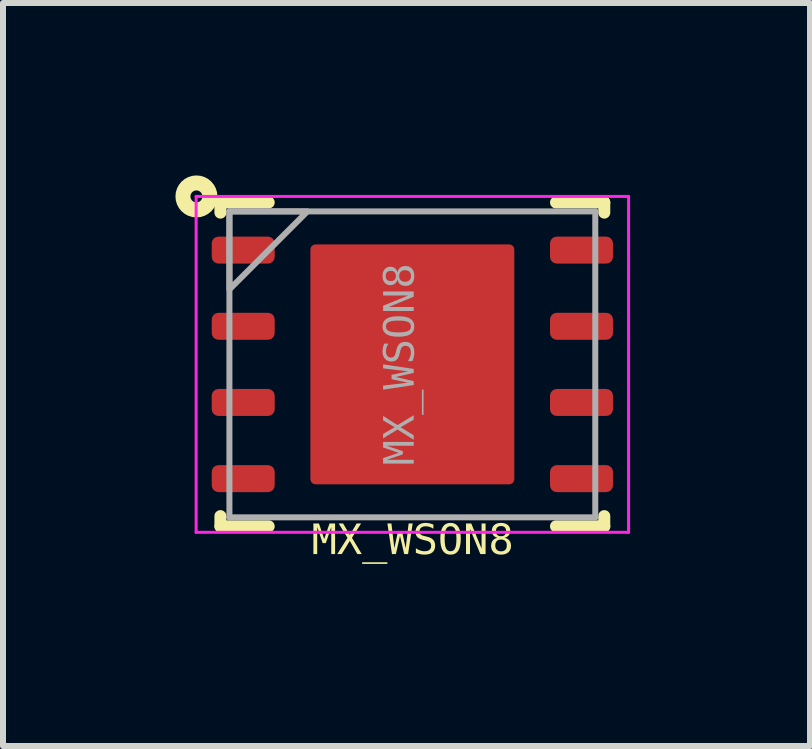
<source format=kicad_pcb>
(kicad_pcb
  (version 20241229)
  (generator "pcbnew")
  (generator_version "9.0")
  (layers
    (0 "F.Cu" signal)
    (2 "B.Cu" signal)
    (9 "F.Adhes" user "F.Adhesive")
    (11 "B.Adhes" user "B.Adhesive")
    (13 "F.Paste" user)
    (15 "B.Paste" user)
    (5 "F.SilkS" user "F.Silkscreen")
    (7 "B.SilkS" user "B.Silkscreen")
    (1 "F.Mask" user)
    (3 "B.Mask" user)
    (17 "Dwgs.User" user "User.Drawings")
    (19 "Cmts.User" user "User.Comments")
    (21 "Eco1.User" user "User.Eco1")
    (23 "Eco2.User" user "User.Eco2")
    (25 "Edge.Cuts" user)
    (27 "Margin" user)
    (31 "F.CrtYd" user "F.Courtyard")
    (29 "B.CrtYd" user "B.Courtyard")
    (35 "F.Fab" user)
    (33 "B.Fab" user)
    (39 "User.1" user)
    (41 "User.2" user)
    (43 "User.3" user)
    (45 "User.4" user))
  (footprint "MX_WSON8"
    (layer "F.Cu")
    (at 3.825 3.025)
    (property "Reference" "MX_WSON8" (at 0.005 2.955 0) (unlocked yes) (layer "F.SilkS") (effects (font (face "Consolas") (size 0.5 0.5) (thickness 0.254))))
    (fp_line (start -3.2 -2.53) (end -3.2 -2.7) (stroke (width 0.2) (type solid)) (layer "F.SilkS"))
    (fp_line (start -3.2 2.7) (end -3.2 2.53) (stroke (width 0.2) (type solid)) (layer "F.SilkS"))
    (fp_line (start -2.395 -2.7) (end -3.2 -2.7) (stroke (width 0.2) (type solid)) (layer "F.SilkS"))
    (fp_line (start -2.395 2.7) (end -3.2 2.7) (stroke (width 0.2) (type solid)) (layer "F.SilkS"))
    (fp_line (start 3.2 -2.7) (end 2.395 -2.7) (stroke (width 0.2) (type solid)) (layer "F.SilkS"))
    (fp_line (start 3.2 -2.53) (end 3.2 -2.7) (stroke (width 0.2) (type solid)) (layer "F.SilkS"))
    (fp_line (start 3.2 2.7) (end 2.395 2.7) (stroke (width 0.2) (type solid)) (layer "F.SilkS"))
    (fp_line (start 3.2 2.7) (end 3.2 2.53) (stroke (width 0.2) (type solid)) (layer "F.SilkS"))
    (fp_circle (center -3.6 -2.8) (end -3.7 -2.8) (stroke (width 0.25) (type solid)) (fill no) (layer "F.SilkS"))
    (fp_rect (start -1.6 1.9) (end -0.1 0.1) (stroke (width 0) (type default)) (fill yes) (layer "F.Paste"))
    (fp_rect (start -1.6 -0.1) (end -0.1 -1.9) (stroke (width 0) (type default)) (fill yes) (layer "F.Paste"))
    (fp_rect (start 0.1 -0.1) (end 1.6 -1.9) (stroke (width 0) (type default)) (fill yes) (layer "F.Paste"))
    (fp_rect (start 0.1 1.9) (end 1.6 0.1) (stroke (width 0) (type default)) (fill yes) (layer "F.Paste"))
    (fp_line (start -3.605 2.8) (end -3.605 -2.8) (stroke (width 0.05) (type solid)) (layer "F.CrtYd"))
    (fp_line (start 3.605 -2.8) (end -3.605 -2.8) (stroke (width 0.05) (type solid)) (layer "F.CrtYd"))
    (fp_line (start 3.605 2.8) (end -3.605 2.8) (stroke (width 0.05) (type solid)) (layer "F.CrtYd"))
    (fp_line (start 3.605 2.8) (end 3.605 -2.8) (stroke (width 0.05) (type solid)) (layer "F.CrtYd"))
    (fp_line (start -3.05 2.55) (end -3.05 -2.55) (stroke (width 0.1) (type solid)) (layer "F.Fab"))
    (fp_line (start 3.05 -2.55) (end -3.05 -2.55) (stroke (width 0.1) (type solid)) (layer "F.Fab"))
    (fp_line (start 3.05 2.55) (end -3.05 2.55) (stroke (width 0.1) (type solid)) (layer "F.Fab"))
    (fp_line (start 3.05 2.55) (end 3.05 -2.55) (stroke (width 0.1) (type solid)) (layer "F.Fab"))
    (fp_poly (pts (xy -3.05 -1.25) (xy -1.75 -2.55) (xy -3.05 -2.55)) (stroke (width 0.1) (type default)) (fill no) (layer "F.Fab"))
    (fp_text user "${REFERENCE}" (at -0.185 0 90) (unlocked yes) (layer "F.Fab") (effects (font (face "Consolas") (size 0.5 0.5) (thickness 0.254))))
    (pad "1" smd roundrect (at -2.82 -1.905 90) (size 0.45 1.05) (layers "F.Cu" "F.Mask" "F.Paste") (roundrect_rratio 0.25))
    (pad "2" smd roundrect (at -2.82 -0.635 90) (size 0.45 1.05) (layers "F.Cu" "F.Mask" "F.Paste") (roundrect_rratio 0.25))
    (pad "3" smd roundrect (at -2.82 0.635 90) (size 0.45 1.05) (layers "F.Cu" "F.Mask" "F.Paste") (roundrect_rratio 0.25))
    (pad "4" smd roundrect (at -2.82 1.905 90) (size 0.45 1.05) (layers "F.Cu" "F.Mask" "F.Paste") (roundrect_rratio 0.25))
    (pad "5" smd roundrect (at 2.82 1.905 90) (size 0.45 1.05) (layers "F.Cu" "F.Mask" "F.Paste") (roundrect_rratio 0.25))
    (pad "6" smd roundrect (at 2.82 0.635 90) (size 0.45 1.05) (layers "F.Cu" "F.Mask" "F.Paste") (roundrect_rratio 0.25))
    (pad "7" smd roundrect (at 2.82 -0.635 90) (size 0.45 1.05) (layers "F.Cu" "F.Mask" "F.Paste") (roundrect_rratio 0.25))
    (pad "8" smd roundrect (at 2.82 -1.905 90) (size 0.45 1.05) (layers "F.Cu" "F.Mask" "F.Paste") (roundrect_rratio 0.25))
    (pad "9" smd roundrect (at 0 0 90) (size 4 3.4) (layers "F.Cu" "F.Mask" "F.Paste") (roundrect_rratio 0.025)))
  (gr_rect
    (start -3 -3)
    (end 10.455 9.388)
    (stroke (width 0.1) (type default))
    (fill no)
    (layer "Edge.Cuts")))
</source>
